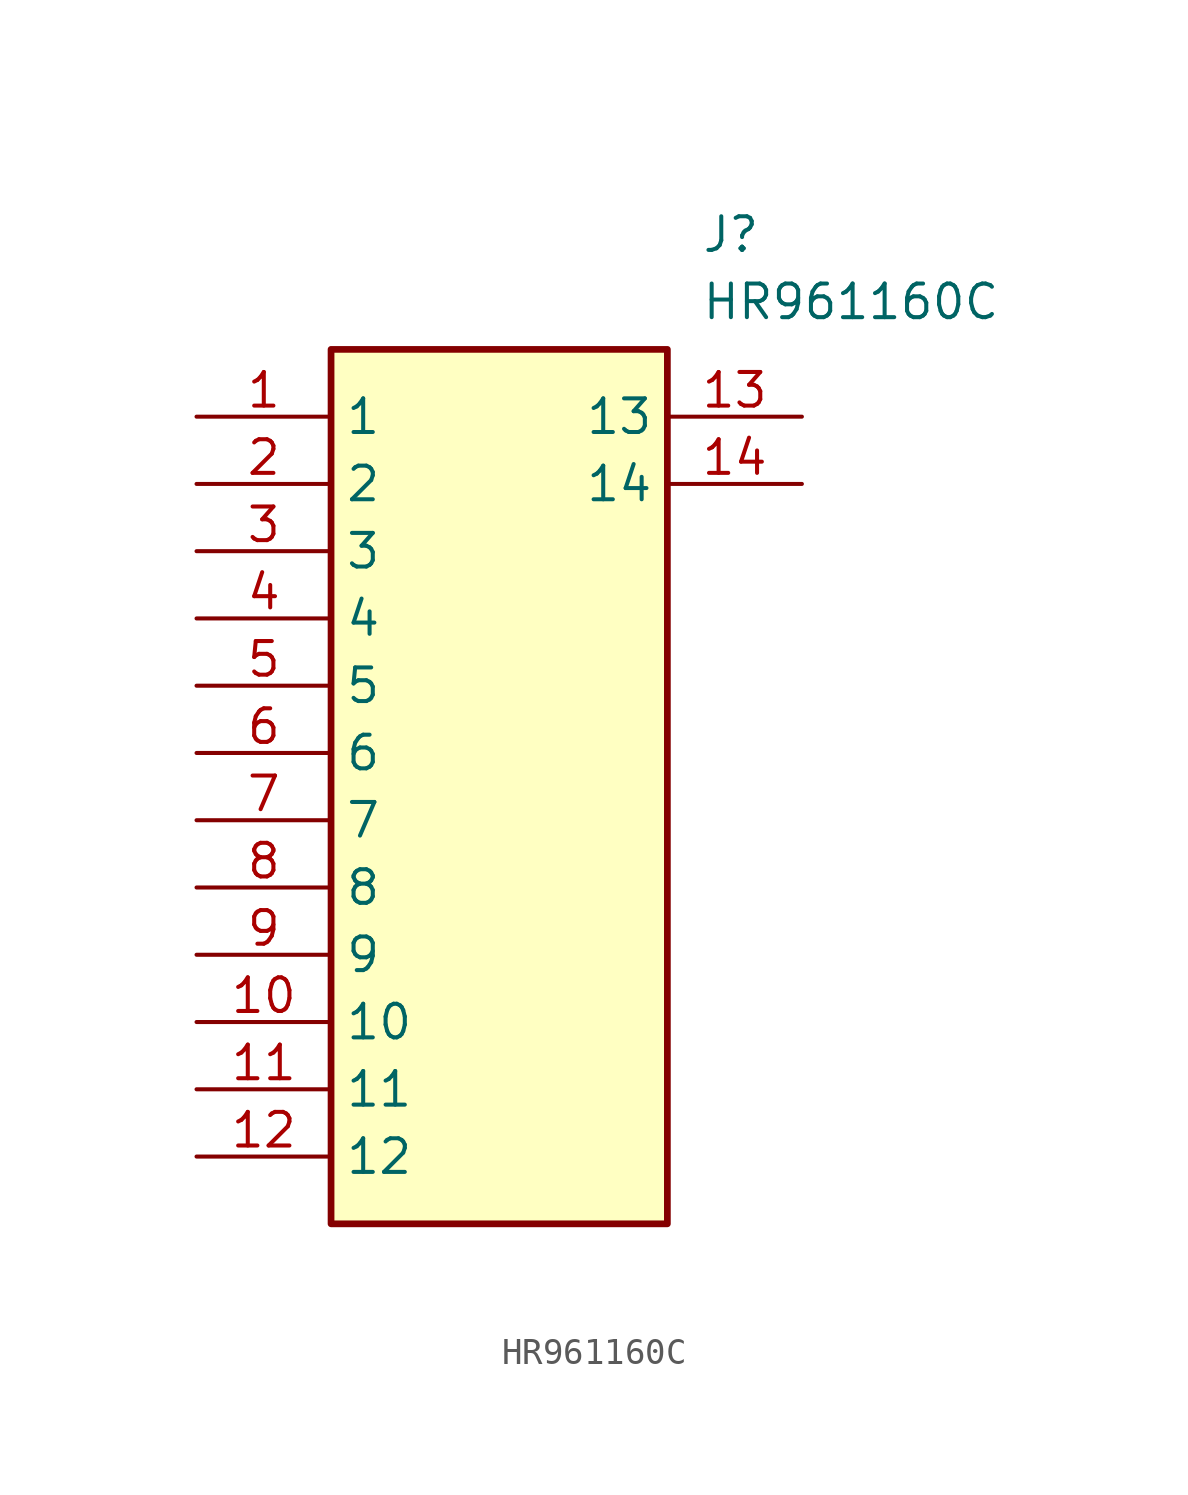
<source format=kicad_sym>
(kicad_symbol_lib
  (version 20211014)
  (generator SamacSys_ECAD_Model)
  (symbol "HR961160C"
    (property "Reference" "J"
      (at 19.05 7.62 0)
      (effects (font (size 1.27 1.27)) (justify left top)))
    (property "Value" "HR961160C"
      (at 19.05 5.08 0)
      (effects (font (size 1.27 1.27)) (justify left top)))
    (rectangle
      (start 5.08 2.54)
      (end 17.78 -30.48)
      (stroke (width 0.254) (type default))
      (fill (type background)))
    (pin passive line
      (at 0 0 0)
      (length 5.08)
      (name "1" (effects (font (size 1.27 1.27))))
      (number "1" (effects (font (size 1.27 1.27)))))
    (pin passive line
      (at 0 -2.54 0)
      (length 5.08)
      (name "2" (effects (font (size 1.27 1.27))))
      (number "2" (effects (font (size 1.27 1.27)))))
    (pin passive line
      (at 0 -5.08 0)
      (length 5.08)
      (name "3" (effects (font (size 1.27 1.27))))
      (number "3" (effects (font (size 1.27 1.27)))))
    (pin passive line
      (at 0 -7.62 0)
      (length 5.08)
      (name "4" (effects (font (size 1.27 1.27))))
      (number "4" (effects (font (size 1.27 1.27)))))
    (pin passive line
      (at 0 -10.16 0)
      (length 5.08)
      (name "5" (effects (font (size 1.27 1.27))))
      (number "5" (effects (font (size 1.27 1.27)))))
    (pin passive line
      (at 0 -12.7 0)
      (length 5.08)
      (name "6" (effects (font (size 1.27 1.27))))
      (number "6" (effects (font (size 1.27 1.27)))))
    (pin passive line
      (at 0 -15.24 0)
      (length 5.08)
      (name "7" (effects (font (size 1.27 1.27))))
      (number "7" (effects (font (size 1.27 1.27)))))
    (pin passive line
      (at 0 -17.78 0)
      (length 5.08)
      (name "8" (effects (font (size 1.27 1.27))))
      (number "8" (effects (font (size 1.27 1.27)))))
    (pin passive line
      (at 0 -20.32 0)
      (length 5.08)
      (name "9" (effects (font (size 1.27 1.27))))
      (number "9" (effects (font (size 1.27 1.27)))))
    (pin passive line
      (at 0 -22.86 0)
      (length 5.08)
      (name "10" (effects (font (size 1.27 1.27))))
      (number "10" (effects (font (size 1.27 1.27)))))
    (pin passive line
      (at 0 -25.4 0)
      (length 5.08)
      (name "11" (effects (font (size 1.27 1.27))))
      (number "11" (effects (font (size 1.27 1.27)))))
    (pin passive line
      (at 0 -27.94 0)
      (length 5.08)
      (name "12" (effects (font (size 1.27 1.27))))
      (number "12" (effects (font (size 1.27 1.27)))))
    (pin passive line
      (at 22.86 0 180)
      (length 5.08)
      (name "13" (effects (font (size 1.27 1.27))))
      (number "13" (effects (font (size 1.27 1.27)))))
    (pin passive line
      (at 22.86 -2.54 180)
      (length 5.08)
      (name "14" (effects (font (size 1.27 1.27))))
      (number "14" (effects (font (size 1.27 1.27)))))))
</source>
